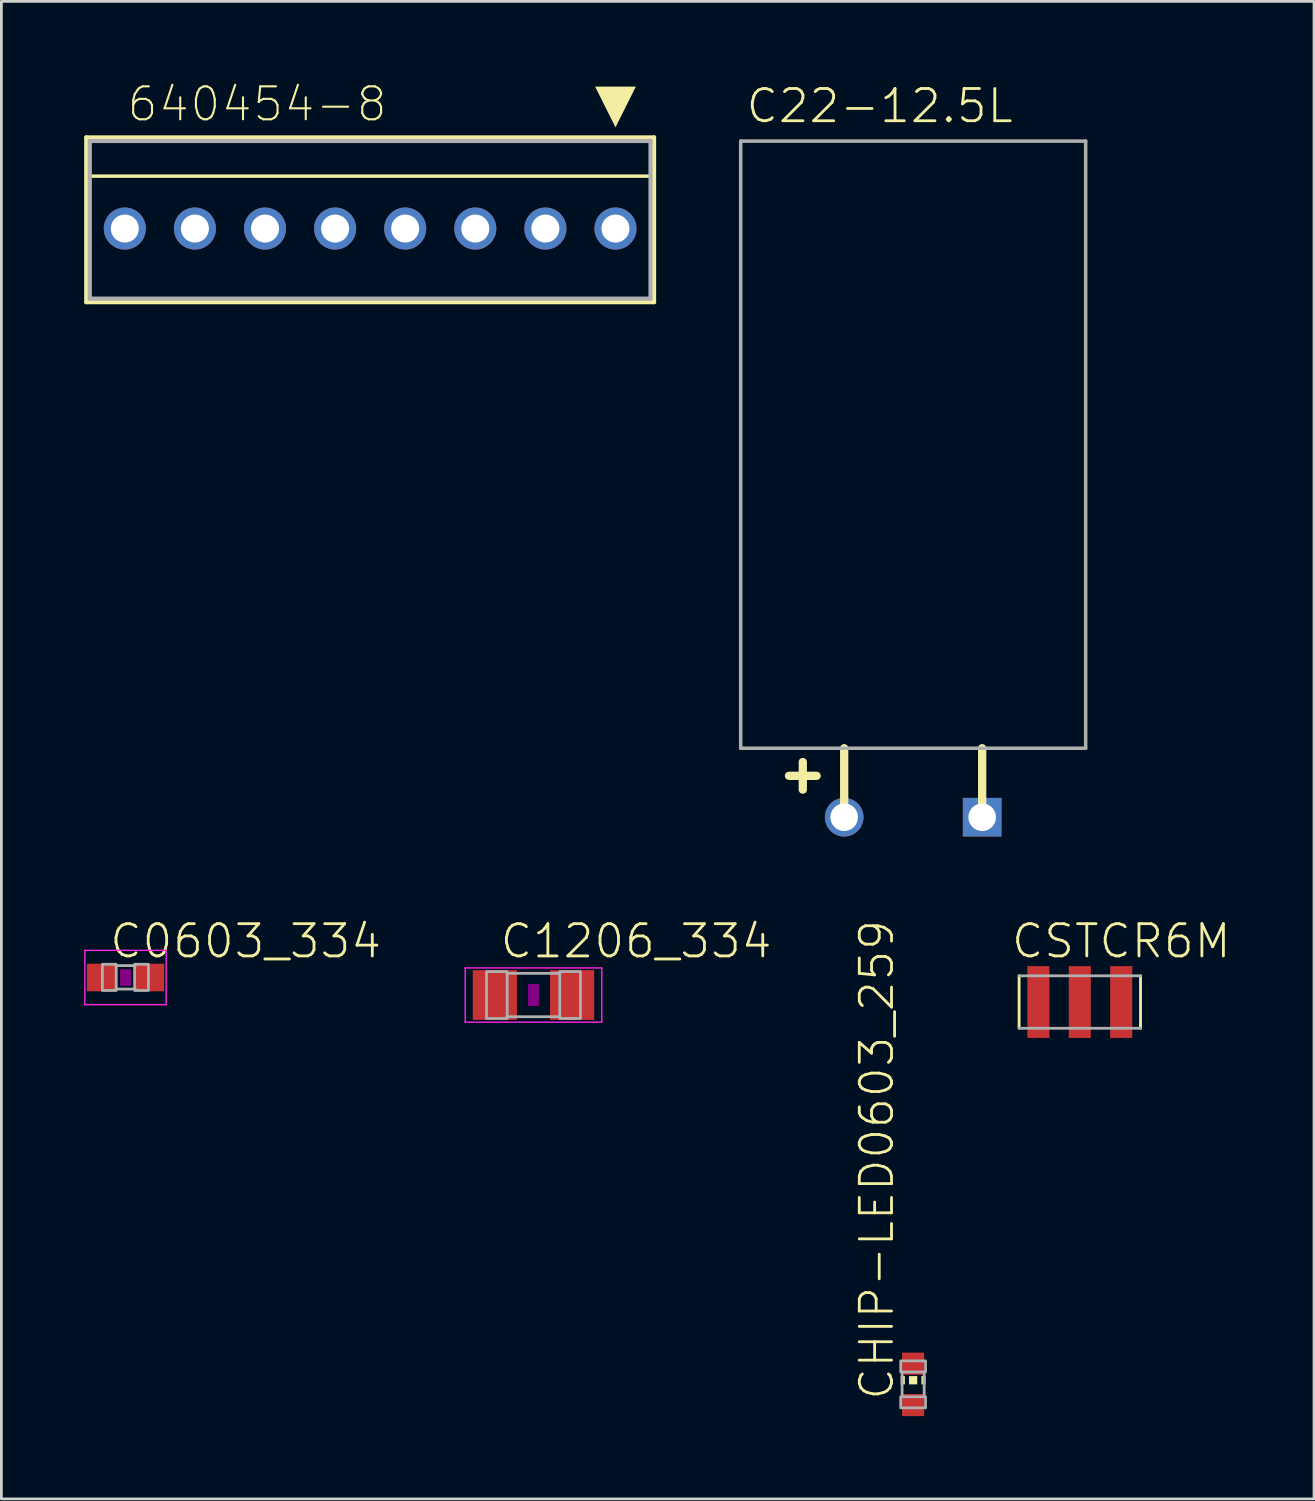
<source format=kicad_pcb>
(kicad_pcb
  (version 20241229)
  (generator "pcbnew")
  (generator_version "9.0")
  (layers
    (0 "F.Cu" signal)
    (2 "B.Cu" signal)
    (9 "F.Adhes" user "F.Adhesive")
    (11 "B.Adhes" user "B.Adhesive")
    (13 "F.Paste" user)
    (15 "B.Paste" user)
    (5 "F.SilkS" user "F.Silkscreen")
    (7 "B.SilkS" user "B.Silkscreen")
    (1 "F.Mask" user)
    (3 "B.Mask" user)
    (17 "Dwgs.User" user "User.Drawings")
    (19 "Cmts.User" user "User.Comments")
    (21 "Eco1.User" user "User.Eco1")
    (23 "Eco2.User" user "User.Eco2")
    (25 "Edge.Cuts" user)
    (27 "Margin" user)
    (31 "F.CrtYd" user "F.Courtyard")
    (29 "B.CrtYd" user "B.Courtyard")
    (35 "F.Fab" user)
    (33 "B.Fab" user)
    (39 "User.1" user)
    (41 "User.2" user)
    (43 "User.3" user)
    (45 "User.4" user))
  (footprint "C1206_334"
    (layer "F.Cu")
    (at 16.281 33.006)
    (property "Reference" "C1206_334" (at -1.27 -1.27 0) (unlocked yes) (layer "F.SilkS") (effects (font (size 1.168 1.168) (thickness 0.102)) (justify left bottom)))
    (fp_poly (pts (xy -0.2 0.4) (xy 0.2 0.4) (xy 0.2 -0.4) (xy -0.2 -0.4)) (stroke (width 0) (type default)) (fill yes) (layer "F.Adhes"))
    (fp_line (start -2.473 -0.983) (end 2.473 -0.983) (stroke (width 0.051) (type solid)) (layer "F.CrtYd"))
    (fp_line (start -2.473 0.983) (end -2.473 -0.983) (stroke (width 0.051) (type solid)) (layer "F.CrtYd"))
    (fp_line (start 2.473 -0.983) (end 2.473 0.983) (stroke (width 0.051) (type solid)) (layer "F.CrtYd"))
    (fp_line (start 2.473 0.983) (end -2.473 0.983) (stroke (width 0.051) (type solid)) (layer "F.CrtYd"))
    (fp_line (start -0.965 -0.787) (end 0.965 -0.787) (stroke (width 0.102) (type solid)) (layer "F.Fab"))
    (fp_line (start -0.965 0.787) (end 0.965 0.787) (stroke (width 0.102) (type solid)) (layer "F.Fab"))
    (fp_poly (pts (xy -1.702 0.851) (xy -0.952 0.851) (xy -0.952 -0.849) (xy -1.702 -0.849)) (stroke (width 0.1) (type default)) (fill no) (layer "F.Fab"))
    (fp_poly (pts (xy 0.952 0.849) (xy 1.702 0.849) (xy 1.702 -0.851) (xy 0.952 -0.851)) (stroke (width 0.1) (type default)) (fill no) (layer "F.Fab"))
    (pad "1" smd rect (at -1.4 0) (size 1.6 1.8) (layers "F.Cu" "F.Mask" "F.Paste"))
    (pad "2" smd rect (at 1.4 0) (size 1.6 1.8) (layers "F.Cu" "F.Mask" "F.Paste")))
  (footprint "640454-8"
    (layer "F.Cu")
    (at 10.363 5.232)
    (property "Reference" "640454-8" (at -8.865 -3.81 0) (unlocked yes) (layer "F.SilkS") (effects (font (size 1.194 1.194) (thickness 0.076)) (justify left bottom)))
    (fp_line (start -10.287 -3.302) (end -10.287 2.667) (stroke (width 0.152) (type solid)) (layer "F.SilkS"))
    (fp_line (start -10.287 2.667) (end 10.287 2.667) (stroke (width 0.152) (type solid)) (layer "F.SilkS"))
    (fp_line (start -10.16 -1.9) (end 10.16 -1.9) (stroke (width 0.127) (type solid)) (layer "F.SilkS"))
    (fp_line (start 10.287 -3.302) (end -10.287 -3.302) (stroke (width 0.152) (type solid)) (layer "F.SilkS"))
    (fp_line (start 10.287 2.667) (end 10.287 -3.302) (stroke (width 0.152) (type solid)) (layer "F.SilkS"))
    (fp_poly (pts (xy 8.89 -3.668) (xy 8.152 -5.144) (xy 9.628 -5.144)) (stroke (width 0) (type default)) (fill yes) (layer "F.SilkS"))
    (fp_line (start -10.16 -3.175) (end -10.16 2.54) (stroke (width 0.152) (type solid)) (layer "F.Fab"))
    (fp_line (start -10.16 2.54) (end 10.16 2.54) (stroke (width 0.152) (type solid)) (layer "F.Fab"))
    (fp_line (start 10.16 -3.175) (end -10.16 -3.175) (stroke (width 0.152) (type solid)) (layer "F.Fab"))
    (fp_line (start 10.16 2.54) (end 10.16 -3.175) (stroke (width 0.152) (type solid)) (layer "F.Fab"))
    (pad "1" thru_hole circle (at 8.89 0 180) (size 1.524 1.524) (drill 1.016) (layers "*.Cu" "*.Mask"))
    (pad "2" thru_hole circle (at 6.35 0 180) (size 1.524 1.524) (drill 1.016) (layers "*.Cu" "*.Mask"))
    (pad "3" thru_hole circle (at 3.81 0 180) (size 1.524 1.524) (drill 1.016) (layers "*.Cu" "*.Mask"))
    (pad "4" thru_hole circle (at 1.27 0 180) (size 1.524 1.524) (drill 1.016) (layers "*.Cu" "*.Mask"))
    (pad "5" thru_hole circle (at -1.27 0 180) (size 1.524 1.524) (drill 1.016) (layers "*.Cu" "*.Mask"))
    (pad "6" thru_hole circle (at -3.81 0 180) (size 1.524 1.524) (drill 1.016) (layers "*.Cu" "*.Mask"))
    (pad "7" thru_hole circle (at -6.35 0 180) (size 1.524 1.524) (drill 1.016) (layers "*.Cu" "*.Mask"))
    (pad "8" thru_hole circle (at -8.89 0 180) (size 1.524 1.524) (drill 1.016) (layers "*.Cu" "*.Mask")))
  (footprint "CHIP-LED0603_259"
    (layer "F.Cu")
    (at 30.038 47.114)
    (property "Reference" "CHIP-LED0603_259" (at -0.635 0.635 90) (unlocked yes) (layer "F.SilkS") (effects (font (size 1.168 1.168) (thickness 0.102)) (justify left bottom)))
    (fp_poly (pts (xy -0.45 0) (xy -0.3 0) (xy -0.3 -0.3) (xy -0.45 -0.3)) (stroke (width 0) (type default)) (fill yes) (layer "F.SilkS"))
    (fp_poly (pts (xy -0.15 0) (xy 0.15 0) (xy 0.15 -0.3) (xy -0.15 -0.3)) (stroke (width 0) (type default)) (fill yes) (layer "F.SilkS"))
    (fp_poly (pts (xy 0.3 0) (xy 0.45 0) (xy 0.45 -0.3) (xy 0.3 -0.3)) (stroke (width 0) (type default)) (fill yes) (layer "F.SilkS"))
    (fp_line (start -0.4 -0.45) (end -0.4 0.45) (stroke (width 0.102) (type solid)) (layer "F.Fab"))
    (fp_line (start 0.4 -0.45) (end 0.4 0.45) (stroke (width 0.102) (type solid)) (layer "F.Fab"))
    (fp_poly (pts (xy -0.45 -0.45) (xy 0.45 -0.45) (xy 0.45 -0.85) (xy -0.45 -0.85)) (stroke (width 0.1) (type default)) (fill no) (layer "F.Fab"))
    (fp_poly (pts (xy -0.45 0.85) (xy 0.45 0.85) (xy 0.45 0.45) (xy -0.45 0.45)) (stroke (width 0.1) (type default)) (fill no) (layer "F.Fab"))
    (pad "A" smd rect (at 0 0.75) (size 0.8 0.8) (layers "F.Cu" "F.Mask" "F.Paste"))
    (pad "C" smd rect (at 0 -0.75) (size 0.8 0.8) (layers "F.Cu" "F.Mask" "F.Paste")))
  (footprint "C0603_334"
    (layer "F.Cu")
    (at 1.498 32.371)
    (property "Reference" "C0603_334" (at -0.635 -0.635 0) (unlocked yes) (layer "F.SilkS") (effects (font (size 1.168 1.168) (thickness 0.102)) (justify left bottom)))
    (fp_poly (pts (xy -0.2 0.3) (xy 0.2 0.3) (xy 0.2 -0.3) (xy -0.2 -0.3)) (stroke (width 0) (type default)) (fill yes) (layer "F.Adhes"))
    (fp_line (start -1.473 -0.983) (end 1.473 -0.983) (stroke (width 0.051) (type solid)) (layer "F.CrtYd"))
    (fp_line (start -1.473 0.983) (end -1.473 -0.983) (stroke (width 0.051) (type solid)) (layer "F.CrtYd"))
    (fp_line (start 1.473 -0.983) (end 1.473 0.983) (stroke (width 0.051) (type solid)) (layer "F.CrtYd"))
    (fp_line (start 1.473 0.983) (end -1.473 0.983) (stroke (width 0.051) (type solid)) (layer "F.CrtYd"))
    (fp_line (start -0.356 -0.432) (end 0.356 -0.432) (stroke (width 0.102) (type solid)) (layer "F.Fab"))
    (fp_line (start -0.356 0.419) (end 0.356 0.419) (stroke (width 0.102) (type solid)) (layer "F.Fab"))
    (fp_poly (pts (xy -0.838 0.47) (xy -0.338 0.47) (xy -0.338 -0.48) (xy -0.838 -0.48)) (stroke (width 0.1) (type default)) (fill no) (layer "F.Fab"))
    (fp_poly (pts (xy 0.33 0.47) (xy 0.83 0.47) (xy 0.83 -0.48) (xy 0.33 -0.48)) (stroke (width 0.1) (type default)) (fill no) (layer "F.Fab"))
    (pad "1" smd rect (at -0.85 0) (size 1.1 1) (layers "F.Cu" "F.Mask" "F.Paste"))
    (pad "2" smd rect (at 0.85 0) (size 1.1 1) (layers "F.Cu" "F.Mask" "F.Paste")))
  (footprint "C22-12.5L"
    (layer "F.Cu")
    (at 30.04 24.063)
    (property "Reference" "C22-12.5L" (at -6.12 -22.59 0) (unlocked yes) (layer "F.SilkS") (effects (font (size 1.168 1.168) (thickness 0.102)) (justify left bottom)))
    (fp_line (start -4.5 1) (end -3.5 1) (stroke (width 0.3) (type solid)) (layer "F.SilkS"))
    (fp_line (start -4 0.5) (end -4 1.5) (stroke (width 0.3) (type solid)) (layer "F.SilkS"))
    (fp_line (start -2.5 2.5) (end -2.5 0) (stroke (width 0.3) (type solid)) (layer "F.SilkS"))
    (fp_line (start 2.5 2.5) (end 2.5 0) (stroke (width 0.3) (type solid)) (layer "F.SilkS"))
    (fp_line (start -6.25 -22) (end -6.25 0) (stroke (width 0.127) (type solid)) (layer "F.Fab"))
    (fp_line (start -6.25 0) (end 6.25 0) (stroke (width 0.127) (type solid)) (layer "F.Fab"))
    (fp_line (start 6.25 -22) (end -6.25 -22) (stroke (width 0.127) (type solid)) (layer "F.Fab"))
    (fp_line (start 6.25 0) (end 6.25 -22) (stroke (width 0.127) (type solid)) (layer "F.Fab"))
    (pad "+" thru_hole circle (at -2.5 2.5) (size 1.4 1.4) (drill 1) (layers "*.Cu" "*.Mask"))
    (pad "-" thru_hole rect (at 2.5 2.5) (size 1.4 1.4) (drill 1) (layers "*.Cu" "*.Mask")))
  (footprint "CSTCR6M"
    (layer "F.Cu")
    (at 36.078 33.26)
    (property "Reference" "CSTCR6M" (at -2.54 -1.524 0) (unlocked yes) (layer "F.SilkS") (effects (font (size 1.168 1.168) (thickness 0.102)) (justify left bottom)))
    (fp_poly (pts (xy -1.9 -0.8) (xy -1.1 -0.8) (xy -1.1 -1.3) (xy -1.9 -1.3)) (stroke (width 0) (type default)) (fill yes) (layer "F.Mask"))
    (fp_poly (pts (xy -1.7 0.8) (xy -1.3 0.8) (xy -1.3 -0.8) (xy -1.7 -0.8)) (stroke (width 0) (type default)) (fill yes) (layer "F.Mask"))
    (fp_poly (pts (xy -1.1 0.8) (xy -1.9 0.8) (xy -1.9 1.3) (xy -1.1 1.3)) (stroke (width 0) (type default)) (fill yes) (layer "F.Mask"))
    (fp_poly (pts (xy -0.4 -0.8) (xy 0.4 -0.8) (xy 0.4 -1.3) (xy -0.4 -1.3)) (stroke (width 0) (type default)) (fill yes) (layer "F.Mask"))
    (fp_poly (pts (xy -0.2 0.8) (xy 0.2 0.8) (xy 0.2 -0.8) (xy -0.2 -0.8)) (stroke (width 0) (type default)) (fill yes) (layer "F.Mask"))
    (fp_poly (pts (xy 0.4 0.8) (xy -0.4 0.8) (xy -0.4 1.3) (xy 0.4 1.3)) (stroke (width 0) (type default)) (fill yes) (layer "F.Mask"))
    (fp_poly (pts (xy 1.1 -0.8) (xy 1.9 -0.8) (xy 1.9 -1.3) (xy 1.1 -1.3)) (stroke (width 0) (type default)) (fill yes) (layer "F.Mask"))
    (fp_poly (pts (xy 1.3 0.8) (xy 1.7 0.8) (xy 1.7 -0.8) (xy 1.3 -0.8)) (stroke (width 0) (type default)) (fill yes) (layer "F.Mask"))
    (fp_poly (pts (xy 1.9 0.8) (xy 1.1 0.8) (xy 1.1 1.3) (xy 1.9 1.3)) (stroke (width 0) (type default)) (fill yes) (layer "F.Mask"))
    (fp_line (start -2.2 -0.95) (end -2.2 0.95) (stroke (width 0.102) (type solid)) (layer "F.SilkS"))
    (fp_line (start 2.2 0.95) (end 2.2 -0.95) (stroke (width 0.102) (type solid)) (layer "F.SilkS"))
    (fp_poly (pts (xy -1.85 -0.85) (xy -1.15 -0.85) (xy -1.15 -1.25) (xy -1.85 -1.25)) (stroke (width 0) (type default)) (fill yes) (layer "F.Paste"))
    (fp_poly (pts (xy -1.85 1.25) (xy -1.15 1.25) (xy -1.15 0.85) (xy -1.85 0.85)) (stroke (width 0) (type default)) (fill yes) (layer "F.Paste"))
    (fp_poly (pts (xy -1.65 0.85) (xy -1.35 0.85) (xy -1.35 -0.85) (xy -1.65 -0.85)) (stroke (width 0) (type default)) (fill yes) (layer "F.Paste"))
    (fp_poly (pts (xy -0.35 -0.85) (xy 0.35 -0.85) (xy 0.35 -1.25) (xy -0.35 -1.25)) (stroke (width 0) (type default)) (fill yes) (layer "F.Paste"))
    (fp_poly (pts (xy -0.35 1.25) (xy 0.35 1.25) (xy 0.35 0.85) (xy -0.35 0.85)) (stroke (width 0) (type default)) (fill yes) (layer "F.Paste"))
    (fp_poly (pts (xy -0.15 0.85) (xy 0.15 0.85) (xy 0.15 -0.85) (xy -0.15 -0.85)) (stroke (width 0) (type default)) (fill yes) (layer "F.Paste"))
    (fp_poly (pts (xy 1.15 -0.85) (xy 1.85 -0.85) (xy 1.85 -1.25) (xy 1.15 -1.25)) (stroke (width 0) (type default)) (fill yes) (layer "F.Paste"))
    (fp_poly (pts (xy 1.15 1.25) (xy 1.85 1.25) (xy 1.85 0.85) (xy 1.15 0.85)) (stroke (width 0) (type default)) (fill yes) (layer "F.Paste"))
    (fp_poly (pts (xy 1.35 0.85) (xy 1.65 0.85) (xy 1.65 -0.85) (xy 1.35 -0.85)) (stroke (width 0) (type default)) (fill yes) (layer "F.Paste"))
    (fp_line (start -2.2 0.95) (end 2.2 0.95) (stroke (width 0.102) (type solid)) (layer "F.Fab"))
    (fp_line (start 2.2 -0.95) (end -2.2 -0.95) (stroke (width 0.102) (type solid)) (layer "F.Fab"))
    (pad "1" smd rect (at -1.5 0) (size 0.8 2.6) (layers "F.Cu"))
    (pad "2" smd rect (at 0 0) (size 0.8 2.6) (layers "F.Cu"))
    (pad "3" smd rect (at 1.5 0) (size 0.8 2.6) (layers "F.Cu")))
  (gr_rect
    (start -3 -3)
    (end 44.565 51.264)
    (stroke (width 0.1) (type default))
    (fill no)
    (layer "Edge.Cuts")))
</source>
